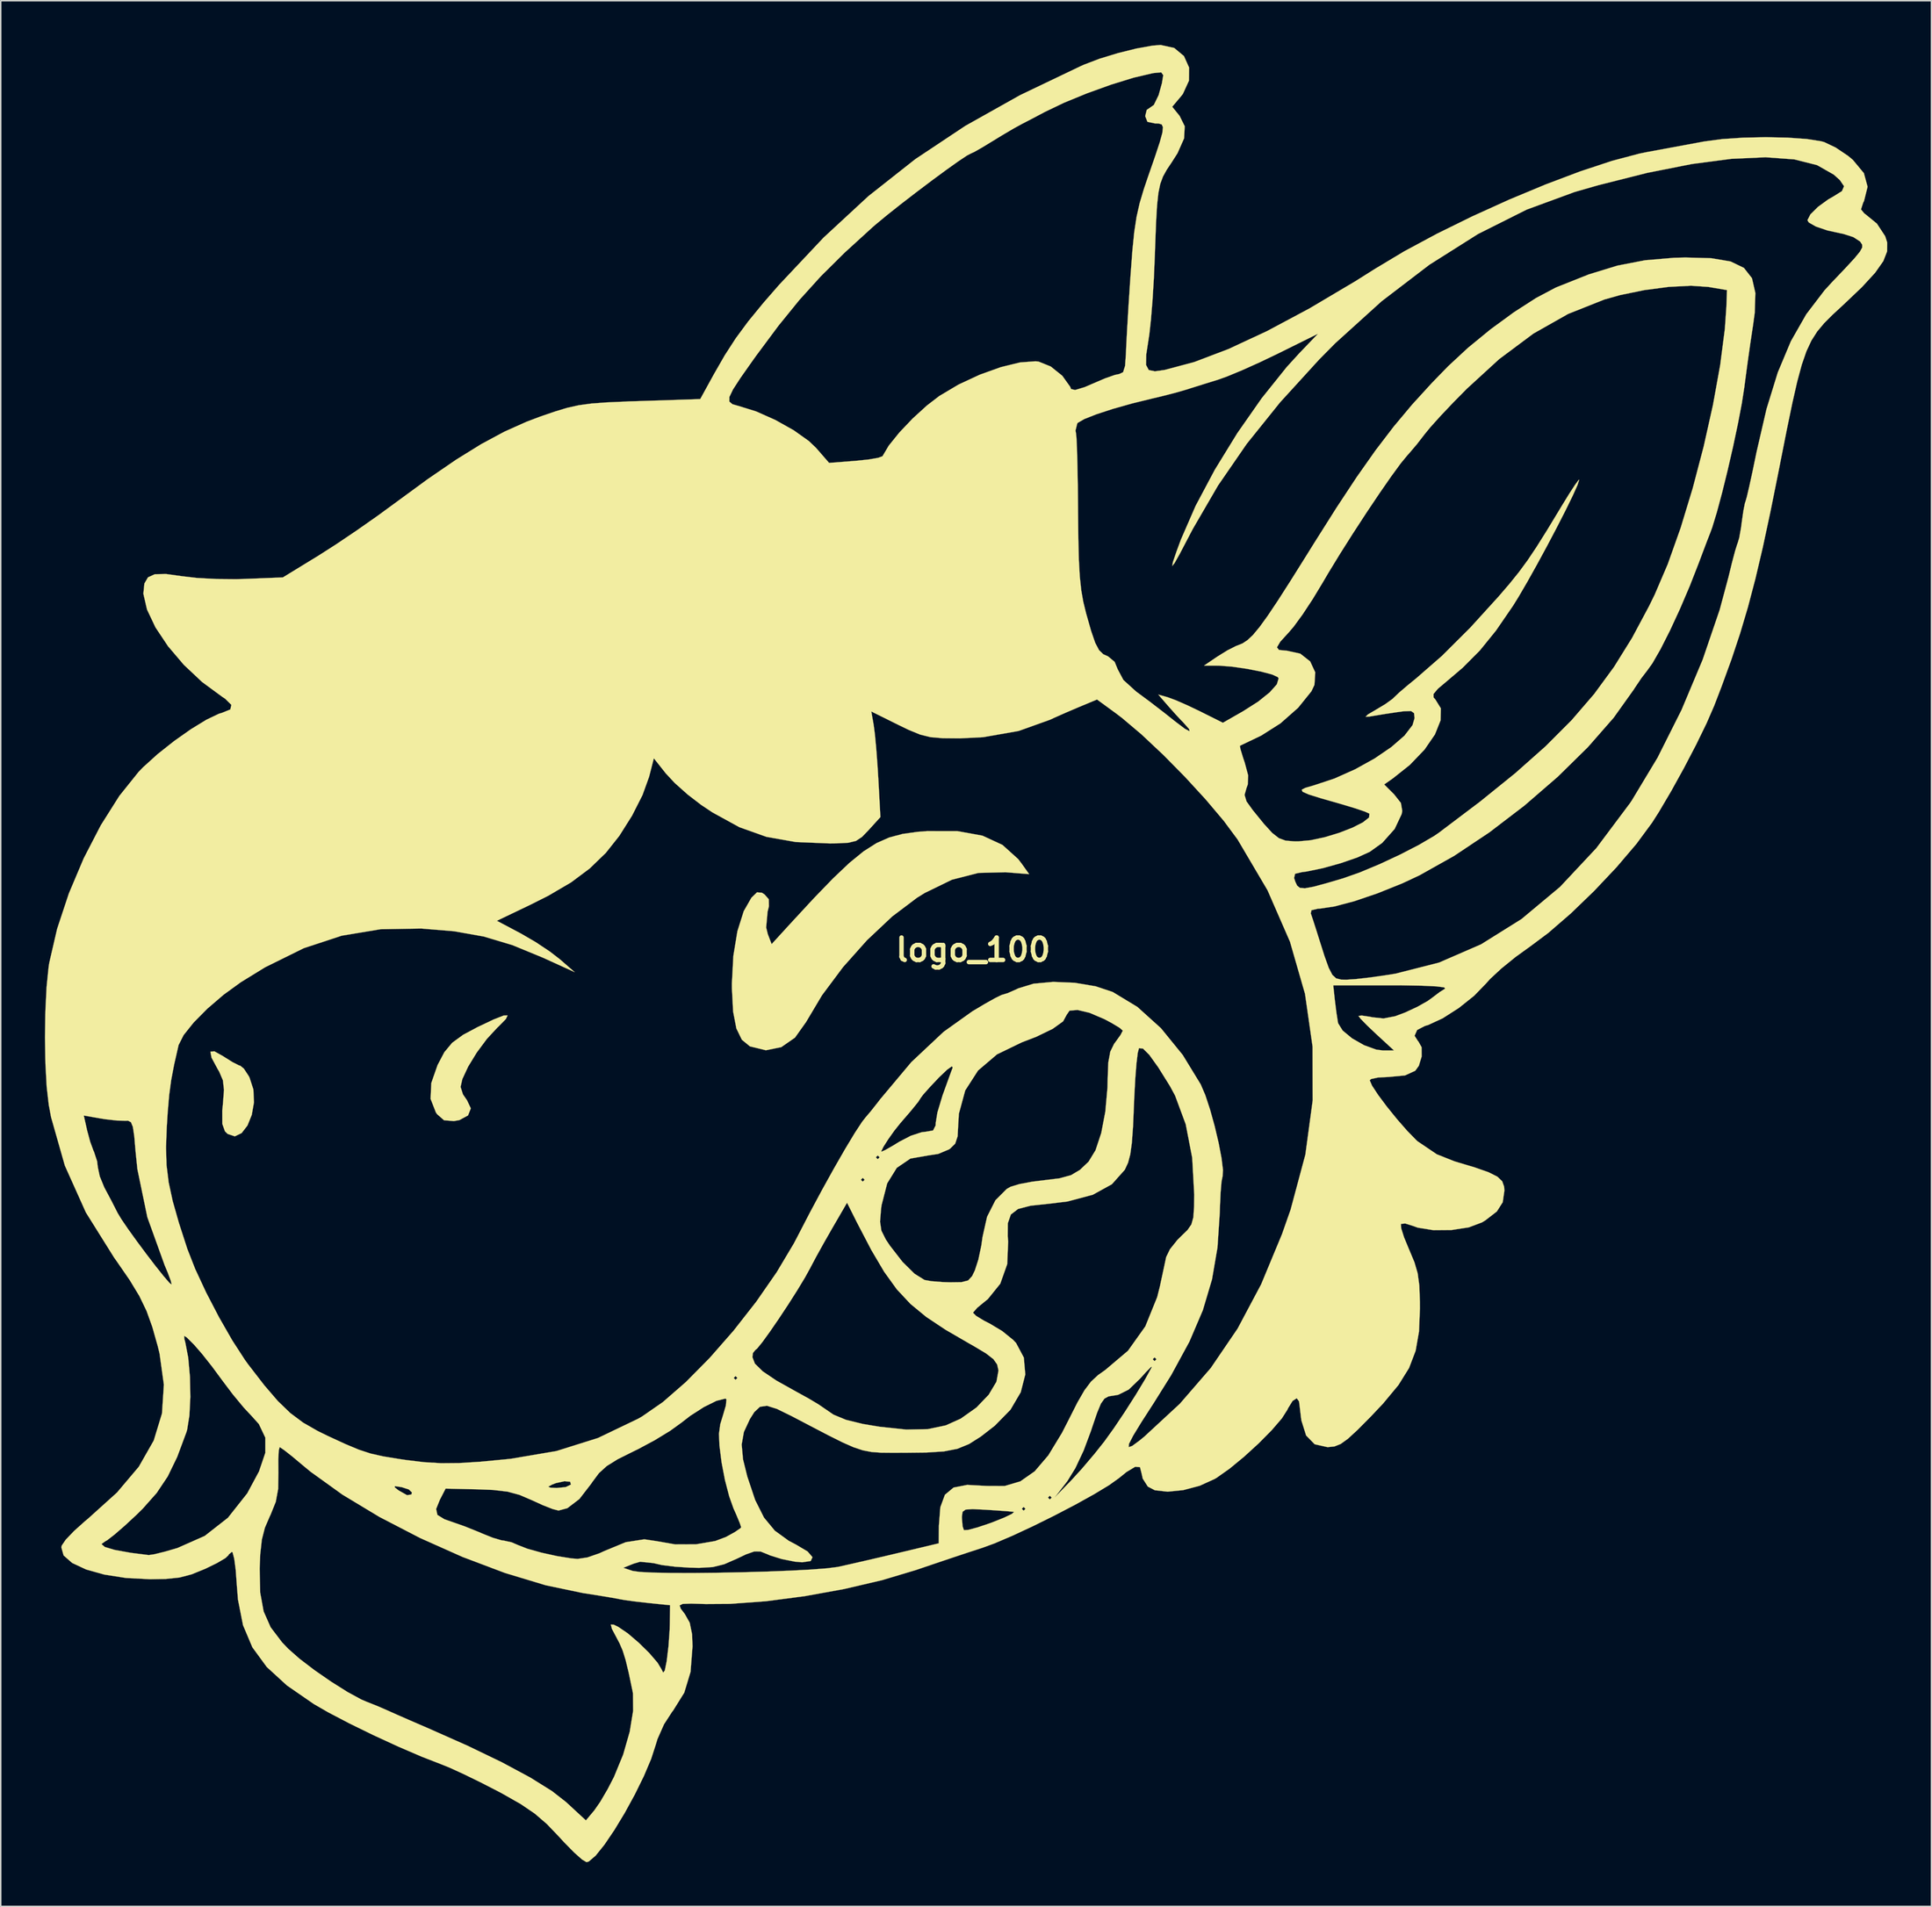
<source format=kicad_pcb>
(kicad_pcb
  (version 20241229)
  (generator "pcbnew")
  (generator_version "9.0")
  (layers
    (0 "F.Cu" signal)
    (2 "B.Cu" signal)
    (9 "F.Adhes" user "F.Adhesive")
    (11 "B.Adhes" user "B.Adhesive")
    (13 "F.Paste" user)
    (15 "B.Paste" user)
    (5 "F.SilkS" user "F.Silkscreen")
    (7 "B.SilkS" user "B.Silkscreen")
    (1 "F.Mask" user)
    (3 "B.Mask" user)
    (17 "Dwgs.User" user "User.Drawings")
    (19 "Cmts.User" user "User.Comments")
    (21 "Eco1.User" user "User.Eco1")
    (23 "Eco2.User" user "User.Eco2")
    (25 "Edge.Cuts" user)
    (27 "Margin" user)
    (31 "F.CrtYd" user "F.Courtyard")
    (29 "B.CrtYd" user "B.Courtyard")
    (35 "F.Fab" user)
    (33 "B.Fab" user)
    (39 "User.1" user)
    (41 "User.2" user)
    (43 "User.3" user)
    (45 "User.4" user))
  (footprint "logo_100"
    (layer "F.Cu")
    (at 63.017 61.469)
    (property "Reference" "logo_100" (at 0 0 0) (layer "F.SilkS") (effects (font (size 1.524 1.524) (thickness 0.3))))
    (attr through_hole)
    (fp_poly (pts (xy -50.905 7.237) (xy -50.892 7.247) (xy -50.282 7.63) (xy -49.843 7.852) (xy -49.755 7.874) (xy -49.509 8.077) (xy -49.181 8.577) (xy -49.127 8.679) (xy -48.863 9.493) (xy -48.825 10.367) (xy -48.973 11.209) (xy -49.266 11.934) (xy -49.664 12.45) (xy -50.126 12.671) (xy -50.612 12.507) (xy -50.795 12.326) (xy -50.975 11.823) (xy -50.978 10.926) (xy -50.932 10.46) (xy -50.86 9.522) (xy -50.933 8.867) (xy -51.182 8.282) (xy -51.287 8.104) (xy -51.705 7.327) (xy -51.781 6.924) (xy -51.515 6.895) (xy -50.905 7.237)) (stroke (width 0.01) (type solid)) (fill yes) (layer "F.SilkS"))
    (fp_poly (pts (xy -31.724 4.703) (xy -32.218 5.207) (xy -32.302 5.285) (xy -33.011 6.05) (xy -33.7 6.979) (xy -34.284 7.935) (xy -34.677 8.78) (xy -34.798 9.313) (xy -34.636 9.823) (xy -34.364 10.218) (xy -34.102 10.771) (xy -34.292 11.25) (xy -34.882 11.569) (xy -35.252 11.635) (xy -35.92 11.58) (xy -36.392 11.166) (xy -36.472 11.05) (xy -36.834 10.127) (xy -36.785 9.048) (xy -36.359 7.829) (xy -35.9 6.957) (xy -35.367 6.316) (xy -34.621 5.771) (xy -33.655 5.256) (xy -32.554 4.733) (xy -31.876 4.467) (xy -31.604 4.457) (xy -31.724 4.703)) (stroke (width 0.01) (type solid)) (fill yes) (layer "F.SilkS"))
    (fp_poly (pts (xy -1.062 -8.061) (xy 0.631 -7.754) (xy 1.99 -7.125) (xy 3.057 -6.163) (xy 3.288 -5.861) (xy 3.803 -5.139) (xy 2.2 -5.268) (xy 0.359 -5.222) (xy -1.438 -4.762) (xy -3.288 -3.86) (xy -3.816 -3.532) (xy -5.493 -2.266) (xy -7.207 -0.651) (xy -8.836 1.178) (xy -10.26 3.087) (xy -11.344 4.908) (xy -12.095 5.965) (xy -13.03 6.614) (xy -14.074 6.824) (xy -15.149 6.561) (xy -15.158 6.556) (xy -15.701 6.109) (xy -16.074 5.342) (xy -16.294 4.201) (xy -16.376 2.63) (xy -16.378 2.286) (xy -16.278 0.407) (xy -16.003 -1.263) (xy -15.573 -2.625) (xy -15.051 -3.537) (xy -14.674 -3.903) (xy -14.342 -3.878) (xy -14.159 -3.758) (xy -13.873 -3.432) (xy -13.863 -2.96) (xy -13.956 -2.586) (xy -14.052 -1.516) (xy -13.94 -1.064) (xy -13.681 -0.384) (xy -12.406 -1.779) (xy -10.827 -3.487) (xy -9.514 -4.846) (xy -8.405 -5.899) (xy -7.439 -6.687) (xy -6.555 -7.25) (xy -5.692 -7.631) (xy -4.79 -7.871) (xy -3.787 -8.011) (xy -3.129 -8.063) (xy -1.062 -8.061)) (stroke (width 0.01) (type solid)) (fill yes) (layer "F.SilkS"))
    (fp_poly (pts (xy 13.653 -61.26) (xy 14.312 -60.711) (xy 14.66 -59.932) (xy 14.651 -59.037) (xy 14.241 -58.14) (xy 14.124 -57.99) (xy 13.515 -57.267) (xy 14.018 -56.646) (xy 14.365 -55.943) (xy 14.322 -55.12) (xy 13.875 -54.112) (xy 13.481 -53.494) (xy 13.14 -52.983) (xy 12.886 -52.521) (xy 12.703 -52.023) (xy 12.575 -51.4) (xy 12.486 -50.565) (xy 12.42 -49.432) (xy 12.362 -47.914) (xy 12.337 -47.176) (xy 12.272 -45.644) (xy 12.18 -44.145) (xy 12.073 -42.82) (xy 11.962 -41.807) (xy 11.918 -41.522) (xy 11.75 -40.418) (xy 11.739 -39.73) (xy 11.923 -39.382) (xy 12.341 -39.296) (xy 12.998 -39.388) (xy 15.004 -39.923) (xy 17.333 -40.808) (xy 19.953 -42.028) (xy 22.833 -43.567) (xy 25.942 -45.411) (xy 27.305 -46.27) (xy 29.262 -47.444) (xy 31.492 -48.643) (xy 33.9 -49.828) (xy 36.389 -50.957) (xy 38.863 -51.988) (xy 41.228 -52.881) (xy 43.385 -53.594) (xy 45.24 -54.086) (xy 45.722 -54.184) (xy 47.013 -54.423) (xy 48.39 -54.678) (xy 49.573 -54.897) (xy 49.657 -54.912) (xy 50.855 -55.071) (xy 52.285 -55.167) (xy 53.809 -55.199) (xy 55.288 -55.169) (xy 56.584 -55.078) (xy 57.56 -54.926) (xy 57.789 -54.863) (xy 58.559 -54.495) (xy 59.4 -53.93) (xy 59.723 -53.661) (xy 60.474 -52.756) (xy 60.725 -51.833) (xy 60.483 -50.863) (xy 60.423 -50.746) (xy 60.277 -50.293) (xy 60.509 -50.012) (xy 60.554 -49.986) (xy 61.357 -49.329) (xy 61.919 -48.475) (xy 62.056 -48.049) (xy 62.053 -47.45) (xy 61.792 -46.781) (xy 61.234 -45.988) (xy 60.34 -45.015) (xy 59.07 -43.806) (xy 59.034 -43.773) (xy 58.341 -43.133) (xy 57.773 -42.563) (xy 57.304 -42.001) (xy 56.911 -41.385) (xy 56.57 -40.653) (xy 56.256 -39.743) (xy 55.946 -38.593) (xy 55.616 -37.142) (xy 55.24 -35.326) (xy 54.796 -33.085) (xy 54.709 -32.639) (xy 54.135 -29.787) (xy 53.611 -27.341) (xy 53.109 -25.207) (xy 52.605 -23.289) (xy 52.07 -21.49) (xy 51.48 -19.717) (xy 50.808 -17.873) (xy 50.306 -16.568) (xy 49.795 -15.393) (xy 49.087 -13.938) (xy 48.259 -12.351) (xy 47.39 -10.778) (xy 46.559 -9.368) (xy 46.093 -8.636) (xy 45.033 -7.198) (xy 43.683 -5.612) (xy 42.159 -3.997) (xy 40.577 -2.47) (xy 39.052 -1.15) (xy 37.865 -0.263) (xy 36.829 0.485) (xy 35.859 1.272) (xy 35.098 1.979) (xy 34.832 2.276) (xy 34.016 3.119) (xy 32.976 3.95) (xy 31.879 4.652) (xy 30.892 5.108) (xy 30.671 5.173) (xy 30.144 5.447) (xy 29.969 5.841) (xy 30.205 6.209) (xy 30.226 6.223) (xy 30.449 6.62) (xy 30.453 7.245) (xy 30.259 7.88) (xy 30.015 8.216) (xy 29.322 8.533) (xy 28.237 8.636) (xy 27.499 8.675) (xy 27.022 8.776) (xy 26.924 8.862) (xy 27.082 9.229) (xy 27.499 9.863) (xy 28.092 10.657) (xy 28.777 11.504) (xy 29.469 12.296) (xy 30.085 12.927) (xy 30.172 13.007) (xy 31.481 13.892) (xy 32.692 14.373) (xy 34.053 14.78) (xy 34.995 15.111) (xy 35.592 15.411) (xy 35.919 15.724) (xy 36.051 16.093) (xy 36.068 16.362) (xy 35.955 17.147) (xy 35.554 17.776) (xy 34.775 18.378) (xy 34.544 18.519) (xy 33.644 18.856) (xy 32.473 19.035) (xy 31.248 19.044) (xy 30.184 18.874) (xy 29.856 18.755) (xy 29.333 18.591) (xy 29.045 18.622) (xy 29.061 18.917) (xy 29.258 19.537) (xy 29.593 20.348) (xy 29.607 20.378) (xy 29.962 21.227) (xy 30.18 21.975) (xy 30.292 22.805) (xy 30.331 23.897) (xy 30.333 24.384) (xy 30.27 25.936) (xy 30.042 27.238) (xy 29.595 28.408) (xy 28.875 29.565) (xy 27.828 30.826) (xy 27.003 31.7) (xy 26.097 32.614) (xy 25.443 33.216) (xy 24.952 33.569) (xy 24.534 33.736) (xy 24.099 33.782) (xy 24.051 33.782) (xy 23.189 33.588) (xy 22.607 32.992) (xy 22.287 31.973) (xy 22.254 31.732) (xy 22.179 31.09) (xy 22.129 30.689) (xy 22.126 30.671) (xy 21.969 30.463) (xy 21.688 30.644) (xy 21.38 31.142) (xy 21.337 31.239) (xy 20.959 31.832) (xy 20.275 32.627) (xy 19.387 33.526) (xy 18.399 34.43) (xy 17.413 35.243) (xy 16.532 35.865) (xy 16.4 35.944) (xy 15.378 36.409) (xy 14.267 36.703) (xy 13.206 36.81) (xy 12.339 36.713) (xy 11.86 36.462) (xy 11.516 35.922) (xy 11.43 35.542) (xy 11.329 35.144) (xy 11.001 35.118) (xy 10.41 35.474) (xy 9.898 35.889) (xy 9.231 36.366) (xy 8.203 36.987) (xy 6.924 37.697) (xy 5.499 38.441) (xy 4.038 39.164) (xy 2.647 39.811) (xy 1.434 40.328) (xy 0.635 40.62) (xy -0.228 40.901) (xy -1.407 41.293) (xy -2.737 41.741) (xy -3.886 42.132) (xy -6.193 42.823) (xy -8.761 43.423) (xy -11.437 43.908) (xy -14.069 44.252) (xy -16.507 44.431) (xy -18.149 44.441) (xy -19.15 44.413) (xy -19.718 44.433) (xy -19.927 44.535) (xy -19.852 44.756) (xy -19.576 45.119) (xy -19.242 45.71) (xy -19.081 46.492) (xy -19.05 47.312) (xy -19.184 49.047) (xy -19.612 50.463) (xy -20.37 51.679) (xy -20.432 51.754) (xy -20.985 52.607) (xy -21.433 53.618) (xy -21.54 53.975) (xy -21.861 54.965) (xy -22.354 56.127) (xy -22.968 57.376) (xy -23.652 58.627) (xy -24.358 59.793) (xy -25.033 60.79) (xy -25.628 61.531) (xy -26.093 61.93) (xy -26.245 61.976) (xy -26.548 61.797) (xy -27.086 61.319) (xy -27.766 60.628) (xy -28.102 60.26) (xy -28.938 59.385) (xy -29.759 58.678) (xy -30.716 58.027) (xy -31.96 57.32) (xy -32.281 57.149) (xy -33.455 56.546) (xy -34.589 55.993) (xy -35.537 55.559) (xy -36.067 55.344) (xy -37.43 54.814) (xy -39.027 54.126) (xy -40.714 53.349) (xy -42.346 52.551) (xy -43.776 51.802) (xy -44.763 51.232) (xy -46.584 49.974) (xy -47.956 48.717) (xy -48.933 47.38) (xy -49.567 45.881) (xy -49.911 44.137) (xy -49.992 43.117) (xy -50.064 42.125) (xy -50.075 42.037) (xy -48.438 42.037) (xy -48.402 43.661) (xy -48.17 44.942) (xy -47.692 46.022) (xy -46.916 47.044) (xy -46.5 47.48) (xy -45.73 48.159) (xy -44.708 48.939) (xy -43.576 49.722) (xy -42.475 50.415) (xy -41.545 50.922) (xy -41.181 51.079) (xy -40.446 51.37) (xy -39.751 51.673) (xy -39.15 51.942) (xy -38.257 52.333) (xy -37.25 52.769) (xy -37.084 52.84) (xy -34.339 54.059) (xy -31.994 55.191) (xy -30.072 56.224) (xy -28.595 57.145) (xy -27.641 57.89) (xy -26.289 59.14) (xy -25.721 58.462) (xy -25.315 57.878) (xy -24.816 57.025) (xy -24.38 56.181) (xy -23.758 54.665) (xy -23.315 53.121) (xy -23.083 51.695) (xy -23.093 50.526) (xy -23.121 50.363) (xy -23.383 49.111) (xy -23.595 48.233) (xy -23.791 47.605) (xy -24.009 47.099) (xy -24.172 46.792) (xy -24.522 46.13) (xy -24.598 45.835) (xy -24.394 45.846) (xy -24.093 45.994) (xy -23.453 46.428) (xy -22.707 47.065) (xy -21.987 47.773) (xy -21.427 48.425) (xy -21.167 48.855) (xy -21.041 49.104) (xy -20.933 48.958) (xy -20.813 48.365) (xy -20.796 48.26) (xy -20.678 47.271) (xy -20.603 46.166) (xy -20.593 45.819) (xy -20.574 44.521) (xy -22.035 44.372) (xy -22.932 44.271) (xy -23.684 44.167) (xy -24.003 44.11) (xy -24.492 44.018) (xy -25.318 43.88) (xy -26.318 43.722) (xy -26.486 43.697) (xy -29.02 43.166) (xy -31.786 42.33) (xy -32.709 41.981) (xy -23.749 41.981) (xy -23.114 42.192) (xy -22.627 42.261) (xy -21.721 42.307) (xy -20.484 42.33) (xy -19.003 42.333) (xy -17.367 42.317) (xy -15.662 42.283) (xy -13.979 42.235) (xy -12.404 42.173) (xy -11.025 42.1) (xy -9.93 42.016) (xy -9.207 41.924) (xy -9.144 41.912) (xy -8.291 41.721) (xy -7.125 41.454) (xy -5.829 41.151) (xy -5.041 40.964) (xy -2.334 40.318) (xy -2.325 39.138) (xy -2.285 38.613) (xy -0.762 38.613) (xy -0.715 39.164) (xy -0.625 39.423) (xy -0.338 39.406) (xy 0.293 39.237) (xy 1.143 38.951) (xy 1.299 38.894) (xy 2.1 38.574) (xy 2.623 38.324) (xy 2.777 38.189) (xy 2.75 38.178) (xy 2.33 38.138) (xy 1.579 38.083) (xy 0.826 38.035) (xy -0.039 37.993) (xy -0.514 38.026) (xy -0.716 38.176) (xy -0.761 38.487) (xy -0.762 38.613) (xy -2.285 38.613) (xy -2.235 37.973) (xy 3.302 37.973) (xy 3.429 38.1) (xy 3.556 37.973) (xy 3.429 37.846) (xy 3.302 37.973) (xy -2.235 37.973) (xy -2.228 37.872) (xy -1.986 37.211) (xy 5.08 37.211) (xy 5.207 37.338) (xy 5.334 37.211) (xy 5.528 37.211) (xy 6.638 36.068) (xy 7.388 35.247) (xy 8.236 34.247) (xy 8.908 33.401) (xy 9.557 32.498) (xy 10.301 31.389) (xy 11.042 30.227) (xy 11.683 29.164) (xy 12.128 28.352) (xy 12.143 28.321) (xy 12.063 28.351) (xy 11.73 28.69) (xy 11.333 29.131) (xy 10.561 29.874) (xy 9.855 30.226) (xy 9.582 30.274) (xy 9.196 30.334) (xy 8.914 30.488) (xy 8.674 30.829) (xy 8.416 31.45) (xy 8.077 32.445) (xy 8.001 32.678) (xy 7.5 34.018) (xy 6.939 35.211) (xy 6.399 36.087) (xy 6.384 36.107) (xy 5.528 37.211) (xy 5.334 37.211) (xy 5.207 37.084) (xy 5.08 37.211) (xy -1.986 37.211) (xy -1.916 37.02) (xy -1.328 36.53) (xy -0.4 36.348) (xy 0.919 36.42) (xy 2.136 36.425) (xy 3.206 36.108) (xy 4.179 35.427) (xy 5.105 34.342) (xy 6.033 32.815) (xy 6.481 31.939) (xy 7.081 30.751) (xy 7.561 29.92) (xy 8.001 29.336) (xy 8.481 28.89) (xy 8.971 28.543) (xy 9.833 27.813) (xy 12.192 27.813) (xy 12.319 27.94) (xy 12.446 27.813) (xy 12.319 27.686) (xy 12.192 27.813) (xy 9.833 27.813) (xy 10.512 27.238) (xy 11.69 25.583) (xy 12.497 23.591) (xy 12.68 22.86) (xy 12.873 21.964) (xy 13.039 21.189) (xy 13.106 20.869) (xy 13.364 20.34) (xy 13.87 19.706) (xy 14.113 19.465) (xy 14.554 19.037) (xy 14.818 18.656) (xy 14.952 18.173) (xy 15.001 17.442) (xy 15.012 16.63) (xy 14.873 14.124) (xy 14.434 11.853) (xy 13.712 9.904) (xy 13.364 9.259) (xy 12.563 7.975) (xy 11.958 7.132) (xy 11.531 6.708) (xy 11.265 6.684) (xy 11.257 6.692) (xy 11.174 7.008) (xy 11.087 7.735) (xy 11.006 8.775) (xy 10.939 10.03) (xy 10.92 10.498) (xy 10.856 12.006) (xy 10.777 13.104) (xy 10.67 13.888) (xy 10.521 14.454) (xy 10.317 14.9) (xy 10.285 14.955) (xy 9.419 15.925) (xy 8.121 16.641) (xy 6.4 17.099) (xy 5.175 17.247) (xy 3.897 17.384) (xy 3.051 17.605) (xy 2.562 17.981) (xy 2.353 18.579) (xy 2.349 19.471) (xy 2.378 19.818) (xy 2.314 21.35) (xy 1.843 22.681) (xy 0.996 23.731) (xy 0.786 23.899) (xy 0.28 24.316) (xy 0.013 24.621) (xy 0 24.663) (xy 0.208 24.87) (xy 0.74 25.193) (xy 1.137 25.397) (xy 1.972 25.897) (xy 2.715 26.498) (xy 2.915 26.709) (xy 3.443 27.703) (xy 3.541 28.846) (xy 3.232 30.053) (xy 2.535 31.241) (xy 1.474 32.325) (xy 1.467 32.331) (xy 0.519 33.067) (xy -0.283 33.575) (xy -1.072 33.897) (xy -1.984 34.075) (xy -3.154 34.149) (xy -4.46 34.163) (xy -5.469 34.167) (xy -6.25 34.16) (xy -6.891 34.114) (xy -7.48 34.002) (xy -8.104 33.796) (xy -8.85 33.468) (xy -9.807 32.991) (xy -11.062 32.336) (xy -12.319 31.677) (xy -13.318 31.187) (xy -14 30.973) (xy -14.475 31.043) (xy -14.859 31.405) (xy -15.157 31.877) (xy -15.562 32.748) (xy -15.715 33.607) (xy -15.622 34.613) (xy -15.335 35.775) (xy -14.799 37.376) (xy -14.199 38.571) (xy -13.463 39.46) (xy -12.519 40.145) (xy -12.023 40.406) (xy -11.236 40.873) (xy -10.906 41.26) (xy -11.029 41.519) (xy -11.602 41.606) (xy -12.103 41.563) (xy -12.995 41.385) (xy -13.795 41.135) (xy -13.99 41.049) (xy -14.435 40.872) (xy -14.855 40.869) (xy -15.422 41.068) (xy -16.047 41.365) (xy -16.902 41.739) (xy -17.678 41.931) (xy -18.607 41.984) (xy -19.226 41.971) (xy -20.238 41.906) (xy -21.129 41.794) (xy -21.702 41.662) (xy -22.606 41.569) (xy -23.05 41.698) (xy -23.749 41.981) (xy -32.709 41.981) (xy -34.666 41.242) (xy -37.544 39.957) (xy -40.301 38.528) (xy -41.207 37.982) (xy -36.457 37.982) (xy -36.373 38.386) (xy -35.89 38.684) (xy -35.366 38.866) (xy -34.506 39.168) (xy -33.558 39.55) (xy -33.34 39.646) (xy -32.605 39.941) (xy -32.015 40.113) (xy -31.863 40.132) (xy -31.331 40.249) (xy -30.908 40.432) (xy -30.26 40.685) (xy -29.306 40.952) (xy -28.244 41.186) (xy -27.273 41.341) (xy -26.85 41.376) (xy -26.188 41.276) (xy -25.368 40.993) (xy -25.072 40.855) (xy -23.584 40.24) (xy -22.321 40.045) (xy -21.509 40.166) (xy -20.225 40.39) (xy -18.819 40.385) (xy -17.511 40.161) (xy -16.78 39.886) (xy -16.165 39.545) (xy -15.795 39.289) (xy -15.748 39.224) (xy -15.845 38.933) (xy -16.091 38.343) (xy -16.267 37.949) (xy -16.56 37.125) (xy -16.847 36.023) (xy -17.069 34.868) (xy -17.084 34.768) (xy -17.224 33.659) (xy -17.255 32.872) (xy -17.169 32.231) (xy -16.977 31.604) (xy -16.785 30.95) (xy -16.75 30.545) (xy -16.804 30.48) (xy -17.424 30.637) (xy -18.274 31.057) (xy -19.207 31.657) (xy -19.797 32.115) (xy -20.565 32.67) (xy -21.609 33.308) (xy -22.736 33.913) (xy -23.046 34.064) (xy -24.131 34.605) (xy -24.873 35.067) (xy -25.404 35.549) (xy -25.854 36.153) (xy -25.923 36.259) (xy -26.733 37.308) (xy -27.548 37.93) (xy -28.146 38.091) (xy -28.538 37.991) (xy -29.223 37.722) (xy -29.924 37.401) (xy -30.788 37.03) (xy -31.611 36.807) (xy -32.591 36.692) (xy -33.591 36.652) (xy -35.814 36.601) (xy -36.205 37.358) (xy -36.457 37.982) (xy -41.207 37.982) (xy -42.82 37.009) (xy -43.501 36.518) (xy -39.268 36.518) (xy -38.999 36.727) (xy -38.432 37.047) (xy -38.134 37.001) (xy -38.1 36.86) (xy -38.318 36.655) (xy -38.794 36.503) (xy -38.999 36.471) (xy -28.846 36.471) (xy -28.69 36.539) (xy -28.272 36.558) (xy -27.663 36.498) (xy -27.31 36.329) (xy -27.305 36.322) (xy -27.356 36.133) (xy -27.743 36.1) (xy -28.318 36.225) (xy -28.575 36.322) (xy -28.846 36.471) (xy -38.999 36.471) (xy -39.256 36.431) (xy -39.268 36.518) (xy -43.501 36.518) (xy -44.982 35.453) (xy -45.509 35.017) (xy -46.219 34.422) (xy -46.774 33.985) (xy -47.067 33.786) (xy -47.082 33.782) (xy -47.142 34.014) (xy -47.172 34.623) (xy -47.167 35.478) (xy -47.166 35.496) (xy -47.183 36.622) (xy -47.344 37.498) (xy -47.697 38.373) (xy -47.75 38.481) (xy -48.085 39.26) (xy -48.29 40.062) (xy -48.399 41.065) (xy -48.438 42.037) (xy -50.075 42.037) (xy -50.164 41.362) (xy -50.275 40.941) (xy -50.323 40.894) (xy -50.544 41.081) (xy -50.546 41.113) (xy -50.76 41.319) (xy -51.322 41.651) (xy -52.112 42.038) (xy -52.133 42.048) (xy -53.058 42.425) (xy -53.882 42.641) (xy -54.818 42.738) (xy -55.88 42.756) (xy -57.513 42.671) (xy -58.983 42.441) (xy -60.223 42.093) (xy -61.167 41.651) (xy -61.749 41.14) (xy -61.903 40.586) (xy -61.877 40.475) (xy -61.805 40.367) (xy -59.178 40.367) (xy -58.951 40.565) (xy -58.276 40.767) (xy -57.183 40.963) (xy -55.97 41.116) (xy -55.594 41.061) (xy -54.888 40.887) (xy -54.021 40.636) (xy -52.169 39.816) (xy -50.593 38.583) (xy -49.281 36.922) (xy -48.481 35.433) (xy -48.056 34.177) (xy -48.056 33.132) (xy -48.49 32.217) (xy -48.92 31.736) (xy -49.529 31.082) (xy -50.265 30.192) (xy -50.973 29.253) (xy -51.004 29.21) (xy -51.676 28.3) (xy -52.348 27.45) (xy -52.885 26.833) (xy -52.919 26.797) (xy -53.383 26.335) (xy -53.568 26.221) (xy -53.55 26.437) (xy -53.487 26.67) (xy -53.287 27.718) (xy -53.172 29.01) (xy -53.145 30.371) (xy -53.207 31.625) (xy -53.361 32.596) (xy -53.412 32.769) (xy -54.037 34.448) (xy -54.681 35.775) (xy -55.433 36.899) (xy -56.384 37.97) (xy -56.798 38.377) (xy -57.598 39.12) (xy -58.295 39.724) (xy -58.786 40.104) (xy -58.928 40.184) (xy -59.178 40.367) (xy -61.805 40.367) (xy -61.61 40.079) (xy -61.047 39.488) (xy -60.297 38.814) (xy -60.092 38.645) (xy -58.124 36.869) (xy -56.642 35.114) (xy -55.629 33.336) (xy -55.068 31.493) (xy -54.942 29.54) (xy -55.232 27.436) (xy -55.349 26.953) (xy -55.721 25.63) (xy -56.115 24.536) (xy -56.603 23.522) (xy -57.26 22.437) (xy -58.158 21.134) (xy -58.311 20.92) (xy -60.235 17.843) (xy -61.664 14.659) (xy -62.601 11.362) (xy -62.62 11.259) (xy -60.379 11.259) (xy -60.153 12.266) (xy -59.946 13.035) (xy -59.722 13.648) (xy -59.681 13.732) (xy -59.474 14.367) (xy -59.424 14.779) (xy -59.295 15.388) (xy -58.993 16.128) (xy -58.926 16.256) (xy -58.502 17.052) (xy -58.118 17.805) (xy -58.088 17.867) (xy -57.823 18.307) (xy -57.361 18.984) (xy -56.772 19.803) (xy -56.128 20.67) (xy -55.498 21.492) (xy -54.955 22.173) (xy -54.569 22.62) (xy -54.413 22.744) (xy -54.466 22.496) (xy -54.678 21.928) (xy -54.885 21.435) (xy -56.063 18.164) (xy -56.739 14.901) (xy -56.861 13.716) (xy -56.886 13.427) (xy -54.796 13.427) (xy -54.76 14.629) (xy -54.616 15.8) (xy -54.344 17.064) (xy -53.922 18.549) (xy -53.349 20.32) (xy -52.816 21.681) (xy -52.07 23.283) (xy -51.198 24.96) (xy -50.29 26.545) (xy -49.431 27.87) (xy -49.218 28.164) (xy -48.124 29.581) (xy -47.202 30.654) (xy -46.354 31.472) (xy -45.485 32.121) (xy -44.496 32.688) (xy -43.815 33.022) (xy -42.615 33.575) (xy -41.703 33.957) (xy -40.911 34.217) (xy -40.07 34.408) (xy -39.013 34.582) (xy -38.481 34.66) (xy -37.276 34.806) (xy -36.126 34.875) (xy -34.897 34.865) (xy -33.453 34.775) (xy -31.663 34.603) (xy -31.369 34.572) (xy -28.293 34.05) (xy -25.468 33.162) (xy -22.753 31.859) (xy -22.479 31.703) (xy -21.065 30.723) (xy -19.51 29.368) (xy -19.228 29.083) (xy -16.256 29.083) (xy -16.129 29.21) (xy -16.002 29.083) (xy -16.129 28.956) (xy -16.256 29.083) (xy -19.228 29.083) (xy -17.885 27.724) (xy -17.837 27.669) (xy -14.986 27.669) (xy -14.817 28.112) (xy -14.285 28.634) (xy -13.352 29.264) (xy -11.992 30.025) (xy -11.171 30.477) (xy -10.496 30.88) (xy -10.16 31.111) (xy -9.477 31.578) (xy -8.629 31.929) (xy -7.491 32.208) (xy -6.36 32.397) (xy -4.541 32.59) (xy -3.076 32.562) (xy -1.856 32.305) (xy -0.844 31.85) (xy 0.22 31.097) (xy 1.056 30.226) (xy 1.584 29.341) (xy 1.723 28.575) (xy 1.63 28.165) (xy 1.378 27.807) (xy 0.876 27.417) (xy 0.032 26.911) (xy -0.254 26.75) (xy -1.875 25.808) (xy -3.182 24.939) (xy -4.257 24.053) (xy -5.182 23.062) (xy -6.037 21.875) (xy -6.905 20.405) (xy -7.867 18.562) (xy -7.916 18.466) (xy -6.318 18.466) (xy -6.23 19.076) (xy -5.928 19.68) (xy -5.647 20.101) (xy -4.796 21.197) (xy -3.98 22.004) (xy -3.302 22.427) (xy -2.839 22.51) (xy -2.079 22.57) (xy -1.583 22.586) (xy -0.792 22.576) (xy -0.342 22.463) (xy -0.07 22.168) (xy 0.118 21.78) (xy 0.355 21.048) (xy 0.559 20.081) (xy 0.639 19.507) (xy 0.947 18.135) (xy 1.515 17.012) (xy 2.284 16.242) (xy 2.549 16.094) (xy 3.139 15.915) (xy 4.018 15.75) (xy 4.761 15.659) (xy 5.875 15.521) (xy 6.65 15.307) (xy 7.254 14.948) (xy 7.838 14.392) (xy 8.31 13.617) (xy 8.698 12.447) (xy 8.976 10.991) (xy 9.121 9.359) (xy 9.135 8.734) (xy 9.177 7.649) (xy 9.312 6.919) (xy 9.57 6.391) (xy 9.652 6.281) (xy 10.003 5.794) (xy 10.159 5.496) (xy 10.16 5.489) (xy 9.953 5.304) (xy 9.418 4.98) (xy 8.898 4.703) (xy 7.905 4.28) (xy 7.092 4.087) (xy 6.544 4.132) (xy 6.35 4.416) (xy 6.107 4.861) (xy 5.404 5.367) (xy 4.284 5.91) (xy 3.31 6.284) (xy 1.623 7.101) (xy 0.333 8.2) (xy -0.538 9.554) (xy -0.967 11.134) (xy -1.01 11.845) (xy -1.054 12.671) (xy -1.218 13.167) (xy -1.567 13.509) (xy -1.642 13.56) (xy -2.372 13.866) (xy -3.052 13.97) (xy -4.256 14.18) (xy -5.183 14.811) (xy -5.836 15.867) (xy -6.217 17.351) (xy -6.25 17.603) (xy -6.318 18.466) (xy -7.916 18.466) (xy -7.996 18.305) (xy -8.56 17.18) (xy -9.581 18.94) (xy -10.137 19.914) (xy -10.651 20.842) (xy -11.02 21.537) (xy -11.046 21.59) (xy -11.413 22.256) (xy -11.935 23.12) (xy -12.55 24.088) (xy -13.195 25.063) (xy -13.805 25.952) (xy -14.318 26.66) (xy -14.669 27.091) (xy -14.781 27.178) (xy -14.95 27.39) (xy -14.986 27.669) (xy -17.837 27.669) (xy -16.266 25.875) (xy -14.725 23.906) (xy -13.336 21.903) (xy -12.172 19.95) (xy -11.9 19.431) (xy -11.092 17.87) (xy -10.257 16.312) (xy -9.874 15.621) (xy -7.62 15.621) (xy -7.493 15.748) (xy -7.366 15.621) (xy -7.493 15.494) (xy -7.62 15.621) (xy -9.874 15.621) (xy -9.439 14.837) (xy -9.014 14.097) (xy -6.604 14.097) (xy -6.477 14.224) (xy -6.35 14.097) (xy -6.477 13.97) (xy -6.604 14.097) (xy -9.014 14.097) (xy -8.777 13.684) (xy -6.238 13.684) (xy -6.226 13.716) (xy -5.948 13.592) (xy -5.394 13.274) (xy -5.013 13.039) (xy -4.233 12.634) (xy -3.496 12.392) (xy -3.24 12.361) (xy -2.722 12.275) (xy -2.547 11.933) (xy -2.54 11.762) (xy -2.424 11.048) (xy -2.076 9.89) (xy -1.498 8.293) (xy -1.386 8.001) (xy -1.441 7.911) (xy -1.77 8.146) (xy -2.304 8.655) (xy -2.373 8.726) (xy -2.969 9.361) (xy -3.394 9.839) (xy -3.556 10.058) (xy -3.556 10.058) (xy -3.726 10.326) (xy -4.222 10.938) (xy -4.953 11.788) (xy -5.356 12.293) (xy -5.766 12.871) (xy -6.091 13.381) (xy -6.238 13.684) (xy -8.777 13.684) (xy -8.683 13.521) (xy -8.035 12.445) (xy -7.538 11.687) (xy -7.299 11.381) (xy -6.953 10.974) (xy -6.471 10.364) (xy -6.315 10.16) (xy -4.194 7.629) (xy -2.004 5.572) (xy -0.054 4.18) (xy 0.81 3.665) (xy 1.511 3.273) (xy 1.937 3.065) (xy 2.002 3.048) (xy 2.346 2.943) (xy 2.932 2.685) (xy 3.07 2.618) (xy 4.105 2.302) (xy 5.437 2.179) (xy 6.899 2.24) (xy 8.319 2.479) (xy 9.482 2.869) (xy 11.148 3.878) (xy 12.752 5.327) (xy 14.23 7.145) (xy 15.451 9.144) (xy 15.763 9.873) (xy 16.088 10.86) (xy 16.399 11.984) (xy 16.668 13.124) (xy 16.865 14.158) (xy 16.963 14.964) (xy 16.933 15.422) (xy 16.921 15.445) (xy 16.86 15.774) (xy 16.802 16.482) (xy 16.757 17.442) (xy 16.744 17.883) (xy 16.589 20.222) (xy 16.218 22.387) (xy 15.595 24.483) (xy 14.683 26.617) (xy 13.446 28.891) (xy 12.272 30.77) (xy 11.427 32.081) (xy 10.865 33.002) (xy 10.579 33.561) (xy 10.559 33.786) (xy 10.799 33.703) (xy 11.291 33.341) (xy 11.625 33.067) (xy 14.035 30.836) (xy 16.131 28.414) (xy 17.956 25.732) (xy 19.555 22.722) (xy 20.97 19.316) (xy 21.554 17.653) (xy 22.556 13.914) (xy 23.054 10.224) (xy 23.046 6.583) (xy 22.532 2.992) (xy 22.365 2.413) (xy 24.449 2.413) (xy 24.559 3.429) (xy 24.659 4.234) (xy 24.763 4.905) (xy 24.779 4.99) (xy 25.088 5.487) (xy 25.728 6.016) (xy 26.539 6.479) (xy 27.361 6.778) (xy 27.813 6.838) (xy 28.575 6.838) (xy 27.369 5.727) (xy 26.749 5.139) (xy 26.314 4.693) (xy 26.162 4.494) (xy 26.38 4.465) (xy 26.922 4.545) (xy 27.103 4.584) (xy 27.861 4.664) (xy 28.652 4.513) (xy 29.325 4.261) (xy 30.155 3.875) (xy 30.856 3.48) (xy 31.115 3.295) (xy 31.678 2.869) (xy 32.049 2.638) (xy 31.981 2.552) (xy 31.442 2.484) (xy 30.468 2.438) (xy 29.096 2.415) (xy 28.462 2.413) (xy 24.449 2.413) (xy 22.365 2.413) (xy 21.512 -0.551) (xy 19.987 -4.046) (xy 17.956 -7.492) (xy 17.956 -7.493) (xy 17.023 -8.752) (xy 15.796 -10.207) (xy 14.383 -11.747) (xy 12.892 -13.259) (xy 12.257 -13.855) (xy 18.109 -13.855) (xy 18.152 -13.621) (xy 18.322 -13.061) (xy 18.443 -12.701) (xy 18.671 -11.847) (xy 18.647 -11.233) (xy 18.554 -10.974) (xy 18.428 -10.522) (xy 18.559 -10.081) (xy 18.982 -9.49) (xy 19.748 -8.548) (xy 20.307 -7.936) (xy 20.76 -7.582) (xy 21.211 -7.417) (xy 21.763 -7.369) (xy 22.077 -7.366) (xy 22.924 -7.444) (xy 23.89 -7.653) (xy 24.87 -7.952) (xy 25.764 -8.301) (xy 26.469 -8.66) (xy 26.883 -8.99) (xy 26.903 -9.25) (xy 26.902 -9.25) (xy 26.603 -9.386) (xy 25.944 -9.61) (xy 25.056 -9.879) (xy 24.871 -9.932) (xy 23.607 -10.294) (xy 22.789 -10.55) (xy 22.37 -10.733) (xy 22.306 -10.873) (xy 22.554 -11.002) (xy 23.067 -11.152) (xy 23.114 -11.164) (xy 24.533 -11.635) (xy 25.94 -12.264) (xy 27.256 -12.995) (xy 28.397 -13.774) (xy 29.283 -14.546) (xy 29.831 -15.259) (xy 29.972 -15.738) (xy 29.934 -16.078) (xy 29.731 -16.219) (xy 29.235 -16.203) (xy 28.765 -16.14) (xy 27.893 -16.008) (xy 27.131 -15.882) (xy 26.924 -15.845) (xy 26.646 -15.83) (xy 26.794 -15.983) (xy 27.305 -16.283) (xy 27.98 -16.687) (xy 28.473 -17.043) (xy 28.575 -17.142) (xy 28.9 -17.453) (xy 29.488 -17.956) (xy 30.077 -18.437) (xy 31.826 -19.963) (xy 33.758 -21.89) (xy 35.674 -23.998) (xy 36.424 -24.872) (xy 37.054 -25.655) (xy 37.638 -26.449) (xy 38.249 -27.362) (xy 38.961 -28.496) (xy 39.845 -29.957) (xy 39.93 -30.099) (xy 40.454 -30.953) (xy 40.865 -31.586) (xy 41.107 -31.913) (xy 41.148 -31.93) (xy 41.03 -31.566) (xy 40.707 -30.847) (xy 40.225 -29.861) (xy 39.629 -28.694) (xy 38.966 -27.435) (xy 38.28 -26.17) (xy 37.618 -24.986) (xy 37.026 -23.971) (xy 36.652 -23.368) (xy 35.5 -21.689) (xy 34.403 -20.335) (xy 33.231 -19.157) (xy 32.203 -18.282) (xy 31.55 -17.73) (xy 31.255 -17.377) (xy 31.261 -17.136) (xy 31.377 -17.011) (xy 31.754 -16.401) (xy 31.735 -15.586) (xy 31.353 -14.63) (xy 30.645 -13.599) (xy 29.644 -12.557) (xy 28.495 -11.644) (xy 27.907 -11.232) (xy 28.583 -10.556) (xy 29.042 -9.974) (xy 29.133 -9.433) (xy 29.092 -9.216) (xy 28.617 -8.209) (xy 27.773 -7.262) (xy 26.924 -6.654) (xy 26.087 -6.274) (xy 24.954 -5.883) (xy 23.734 -5.543) (xy 22.633 -5.316) (xy 22.32 -5.275) (xy 21.856 -5.165) (xy 21.791 -4.877) (xy 21.87 -4.629) (xy 21.997 -4.357) (xy 22.188 -4.205) (xy 22.53 -4.179) (xy 23.11 -4.285) (xy 24.015 -4.53) (xy 25.104 -4.851) (xy 26.234 -5.248) (xy 27.575 -5.808) (xy 28.969 -6.458) (xy 30.262 -7.124) (xy 31.296 -7.73) (xy 31.619 -7.951) (xy 34.414 -10.063) (xy 36.811 -12.001) (xy 38.866 -13.826) (xy 40.632 -15.597) (xy 42.163 -17.375) (xy 43.513 -19.218) (xy 44.737 -21.187) (xy 45.889 -23.342) (xy 46.275 -24.13) (xy 47.163 -26.205) (xy 48.033 -28.654) (xy 48.854 -31.354) (xy 49.596 -34.18) (xy 50.228 -37.008) (xy 50.718 -39.715) (xy 51.036 -42.177) (xy 51.14 -43.679) (xy 51.181 -44.813) (xy 49.915 -45.029) (xy 48.725 -45.109) (xy 47.223 -45.031) (xy 45.57 -44.813) (xy 43.929 -44.476) (xy 42.856 -44.174) (xy 40.397 -43.195) (xy 38.04 -41.861) (xy 35.712 -40.124) (xy 33.522 -38.117) (xy 32.594 -37.176) (xy 31.738 -36.272) (xy 31.056 -35.515) (xy 30.676 -35.052) (xy 30.12 -34.335) (xy 29.574 -33.693) (xy 29.478 -33.589) (xy 29.03 -33.044) (xy 28.379 -32.153) (xy 27.582 -31.004) (xy 26.698 -29.686) (xy 25.787 -28.287) (xy 24.906 -26.895) (xy 24.116 -25.6) (xy 23.721 -24.927) (xy 23.051 -23.819) (xy 22.367 -22.78) (xy 21.762 -21.952) (xy 21.444 -21.579) (xy 20.85 -20.928) (xy 20.626 -20.546) (xy 20.763 -20.367) (xy 21.252 -20.32) (xy 21.279 -20.32) (xy 22.209 -20.118) (xy 22.882 -19.589) (xy 23.226 -18.845) (xy 23.174 -18.002) (xy 22.968 -17.563) (xy 22.064 -16.441) (xy 20.863 -15.381) (xy 19.566 -14.557) (xy 19.416 -14.483) (xy 18.715 -14.149) (xy 18.237 -13.919) (xy 18.109 -13.855) (xy 12.257 -13.855) (xy 11.432 -14.631) (xy 10.11 -15.749) (xy 9.704 -16.058) (xy 8.412 -17.003) (xy 7.19 -16.493) (xy 6.307 -16.116) (xy 5.486 -15.752) (xy 5.207 -15.623) (xy 3.085 -14.864) (xy 0.686 -14.443) (xy -0.905 -14.362) (xy -2.055 -14.372) (xy -2.889 -14.444) (xy -3.6 -14.62) (xy -4.379 -14.941) (xy -5.061 -15.271) (xy -6.914 -16.191) (xy -6.751 -15.271) (xy -6.668 -14.624) (xy -6.575 -13.629) (xy -6.487 -12.444) (xy -6.441 -11.684) (xy -6.294 -9.017) (xy -7.1 -8.128) (xy -7.549 -7.665) (xy -7.953 -7.397) (xy -8.473 -7.271) (xy -9.27 -7.23) (xy -9.731 -7.225) (xy -12.037 -7.32) (xy -14.033 -7.673) (xy -15.87 -8.329) (xy -17.698 -9.333) (xy -18.466 -9.846) (xy -19.385 -10.552) (xy -20.255 -11.329) (xy -20.859 -11.977) (xy -21.677 -13.01) (xy -21.999 -11.752) (xy -22.447 -10.511) (xy -23.157 -9.111) (xy -24.021 -7.741) (xy -24.932 -6.59) (xy -24.94 -6.58) (xy -26.039 -5.519) (xy -27.3 -4.577) (xy -28.85 -3.669) (xy -30.073 -3.054) (xy -32.334 -1.971) (xy -30.708 -1.109) (xy -29.706 -0.526) (xy -28.723 0.129) (xy -28.067 0.636) (xy -27.051 1.518) (xy -29.21 0.534) (xy -31.28 -0.319) (xy -33.217 -0.9) (xy -35.232 -1.259) (xy -37.465 -1.444) (xy -40.229 -1.397) (xy -42.862 -0.96) (xy -45.447 -0.108) (xy -48.065 1.185) (xy -49.719 2.203) (xy -50.89 3.054) (xy -51.987 3.996) (xy -52.919 4.938) (xy -53.601 5.792) (xy -53.942 6.468) (xy -53.946 6.483) (xy -54.244 7.792) (xy -54.446 8.855) (xy -54.583 9.876) (xy -54.684 11.061) (xy -54.746 12.065) (xy -54.796 13.427) (xy -56.886 13.427) (xy -56.95 12.667) (xy -57.045 12.03) (xy -57.177 11.709) (xy -57.375 11.607) (xy -57.531 11.612) (xy -58.087 11.602) (xy -58.884 11.514) (xy -59.209 11.462) (xy -60.379 11.259) (xy -62.62 11.259) (xy -62.755 10.541) (xy -62.897 9.302) (xy -62.983 7.719) (xy -63.012 5.953) (xy -62.985 4.164) (xy -62.903 2.512) (xy -62.765 1.159) (xy -62.723 0.889) (xy -62.188 -1.425) (xy -61.39 -3.831) (xy -60.383 -6.214) (xy -59.222 -8.46) (xy -57.963 -10.454) (xy -56.659 -12.082) (xy -56.353 -12.398) (xy -55.37 -13.289) (xy -54.247 -14.179) (xy -53.101 -14.987) (xy -52.049 -15.631) (xy -51.207 -16.033) (xy -50.99 -16.099) (xy -50.429 -16.326) (xy -50.358 -16.637) (xy -50.777 -17.052) (xy -50.991 -17.195) (xy -52.345 -18.191) (xy -53.586 -19.359) (xy -54.658 -20.621) (xy -55.51 -21.899) (xy -56.086 -23.115) (xy -56.334 -24.19) (xy -56.264 -24.881) (xy -56.018 -25.302) (xy -55.556 -25.512) (xy -54.789 -25.527) (xy -53.68 -25.374) (xy -52.68 -25.258) (xy -51.389 -25.189) (xy -50.027 -25.177) (xy -49.454 -25.192) (xy -46.863 -25.295) (xy -44.45 -26.773) (xy -43.261 -27.534) (xy -41.856 -28.481) (xy -40.418 -29.49) (xy -39.243 -30.349) (xy -37.027 -31.973) (xy -35.103 -33.292) (xy -33.395 -34.351) (xy -31.828 -35.194) (xy -30.324 -35.868) (xy -29.394 -36.22) (xy -28.387 -36.566) (xy -27.557 -36.816) (xy -26.78 -36.99) (xy -25.931 -37.106) (xy -24.886 -37.184) (xy -23.594 -37.24) (xy -16.553 -37.24) (xy -16.338 -37.06) (xy -15.925 -36.942) (xy -15.924 -36.942) (xy -14.735 -36.573) (xy -13.433 -35.993) (xy -12.184 -35.293) (xy -11.153 -34.56) (xy -10.668 -34.098) (xy -9.779 -33.075) (xy -8.001 -33.213) (xy -7.112 -33.305) (xy -6.45 -33.418) (xy -6.152 -33.528) (xy -6.149 -33.535) (xy -5.728 -34.247) (xy -5.01 -35.137) (xy -4.883 -35.271) (xy 6.95 -35.271) (xy 6.979 -35.118) (xy 7.016 -34.776) (xy 7.051 -34.01) (xy 7.081 -32.901) (xy 7.106 -31.534) (xy 7.121 -29.991) (xy 7.122 -29.784) (xy 7.141 -27.929) (xy 7.178 -26.485) (xy 7.241 -25.355) (xy 7.338 -24.442) (xy 7.476 -23.648) (xy 7.664 -22.877) (xy 7.668 -22.86) (xy 8.012 -21.653) (xy 8.289 -20.849) (xy 8.549 -20.354) (xy 8.839 -20.075) (xy 9.154 -19.936) (xy 9.606 -19.561) (xy 9.816 -19.053) (xy 10.201 -18.328) (xy 11.067 -17.542) (xy 11.14 -17.489) (xy 11.989 -16.86) (xy 12.983 -16.095) (xy 13.716 -15.512) (xy 14.376 -15.014) (xy 14.699 -14.843) (xy 14.665 -14.994) (xy 14.253 -15.461) (xy 14.094 -15.621) (xy 13.765 -15.974) (xy 13.288 -16.51) (xy 13.205 -16.605) (xy 12.573 -17.335) (xy 13.208 -17.157) (xy 13.762 -16.952) (xy 14.58 -16.593) (xy 15.4 -16.2) (xy 16.957 -15.422) (xy 18.326 -16.205) (xy 19.35 -16.857) (xy 20.136 -17.488) (xy 20.621 -18.034) (xy 20.74 -18.433) (xy 20.685 -18.525) (xy 20.292 -18.703) (xy 19.548 -18.899) (xy 18.607 -19.084) (xy 17.625 -19.227) (xy 16.754 -19.3) (xy 16.555 -19.304) (xy 15.677 -19.304) (xy 16.575 -19.914) (xy 17.255 -20.336) (xy 17.835 -20.631) (xy 17.947 -20.674) (xy 18.288 -20.812) (xy 18.626 -21.034) (xy 19 -21.387) (xy 19.443 -21.92) (xy 19.993 -22.679) (xy 20.684 -23.712) (xy 21.552 -25.068) (xy 22.633 -26.793) (xy 23.109 -27.559) (xy 24.665 -30.023) (xy 26.048 -32.119) (xy 27.324 -33.931) (xy 28.555 -35.541) (xy 29.803 -37.033) (xy 31.131 -38.489) (xy 32.252 -39.643) (xy 33.6 -40.895) (xy 35.128 -42.147) (xy 36.711 -43.305) (xy 38.22 -44.277) (xy 39.529 -44.971) (xy 39.624 -45.013) (xy 41.803 -45.881) (xy 43.745 -46.477) (xy 45.617 -46.84) (xy 47.584 -47.007) (xy 48.356 -47.026) (xy 50.113 -46.979) (xy 51.424 -46.758) (xy 52.33 -46.32) (xy 52.877 -45.621) (xy 53.106 -44.617) (xy 53.063 -43.264) (xy 52.948 -42.418) (xy 52.767 -41.217) (xy 52.565 -39.791) (xy 52.383 -38.419) (xy 52.359 -38.227) (xy 52.188 -37.126) (xy 51.923 -35.738) (xy 51.593 -34.182) (xy 51.225 -32.58) (xy 50.848 -31.051) (xy 50.49 -29.717) (xy 50.179 -28.697) (xy 50.041 -28.321) (xy 49.844 -27.818) (xy 49.544 -27.026) (xy 49.268 -26.289) (xy 48.651 -24.711) (xy 47.981 -23.142) (xy 47.304 -21.679) (xy 46.666 -20.42) (xy 46.116 -19.462) (xy 45.77 -18.98) (xy 45.371 -18.46) (xy 44.911 -17.777) (xy 44.849 -17.677) (xy 43.486 -15.766) (xy 41.734 -13.764) (xy 39.683 -11.748) (xy 37.423 -9.793) (xy 35.046 -7.976) (xy 32.642 -6.373) (xy 30.301 -5.059) (xy 29.128 -4.51) (xy 27.442 -3.833) (xy 25.879 -3.302) (xy 24.54 -2.946) (xy 23.53 -2.797) (xy 23.414 -2.794) (xy 22.971 -2.689) (xy 22.923 -2.477) (xy 23.06 -2.071) (xy 23.289 -1.36) (xy 23.477 -0.762) (xy 23.857 0.435) (xy 24.143 1.23) (xy 24.388 1.704) (xy 24.647 1.941) (xy 24.977 2.023) (xy 25.336 2.032) (xy 25.98 1.99) (xy 26.958 1.877) (xy 28.104 1.713) (xy 28.671 1.622) (xy 31.627 0.87) (xy 34.486 -0.372) (xy 37.231 -2.089) (xy 39.844 -4.271) (xy 42.309 -6.904) (xy 44.607 -9.976) (xy 44.714 -10.136) (xy 46.467 -13.05) (xy 48.096 -16.296) (xy 49.528 -19.704) (xy 50.687 -23.101) (xy 51.284 -25.326) (xy 51.523 -26.307) (xy 51.733 -27.097) (xy 51.879 -27.565) (xy 51.906 -27.627) (xy 52.013 -27.989) (xy 52.133 -28.665) (xy 52.186 -29.066) (xy 52.293 -29.816) (xy 52.397 -30.339) (xy 52.439 -30.46) (xy 52.526 -30.761) (xy 52.69 -31.46) (xy 52.908 -32.458) (xy 53.156 -33.654) (xy 53.191 -33.824) (xy 53.865 -36.738) (xy 54.63 -39.219) (xy 55.519 -41.339) (xy 56.564 -43.171) (xy 57.796 -44.787) (xy 58.293 -45.331) (xy 59.217 -46.301) (xy 59.838 -46.974) (xy 60.203 -47.419) (xy 60.361 -47.705) (xy 60.358 -47.901) (xy 60.243 -48.078) (xy 60.208 -48.122) (xy 59.756 -48.415) (xy 59.065 -48.635) (xy 58.966 -48.653) (xy 57.997 -48.865) (xy 57.212 -49.133) (xy 56.732 -49.408) (xy 56.642 -49.561) (xy 56.844 -49.956) (xy 57.359 -50.467) (xy 58.053 -50.972) (xy 58.406 -51.174) (xy 58.983 -51.534) (xy 59.128 -51.868) (xy 58.841 -52.289) (xy 58.427 -52.66) (xy 57.298 -53.302) (xy 55.748 -53.693) (xy 53.8 -53.835) (xy 51.474 -53.729) (xy 48.791 -53.376) (xy 45.772 -52.778) (xy 42.439 -51.937) (xy 40.836 -51.477) (xy 37.581 -50.281) (xy 34.277 -48.623) (xy 30.977 -46.536) (xy 27.732 -44.055) (xy 24.597 -41.216) (xy 23.495 -40.102) (xy 20.841 -37.191) (xy 18.577 -34.372) (xy 16.627 -31.54) (xy 14.914 -28.59) (xy 14.602 -27.994) (xy 14.028 -26.897) (xy 13.668 -26.257) (xy 13.515 -26.072) (xy 13.564 -26.342) (xy 13.811 -27.064) (xy 14.109 -27.871) (xy 15.104 -30.156) (xy 16.41 -32.612) (xy 17.937 -35.097) (xy 19.595 -37.47) (xy 21.293 -39.589) (xy 22.167 -40.547) (xy 23.42 -41.852) (xy 20.664 -40.486) (xy 19.446 -39.903) (xy 18.258 -39.369) (xy 17.246 -38.949) (xy 16.637 -38.73) (xy 15.698 -38.439) (xy 14.799 -38.157) (xy 14.494 -38.059) (xy 13.732 -37.839) (xy 12.755 -37.589) (xy 12.208 -37.46) (xy 10.8 -37.115) (xy 9.491 -36.745) (xy 8.376 -36.381) (xy 7.549 -36.054) (xy 7.104 -35.797) (xy 7.069 -35.755) (xy 6.95 -35.271) (xy -4.883 -35.271) (xy -4.11 -36.086) (xy -3.14 -36.971) (xy -2.295 -37.62) (xy -0.99 -38.396) (xy 0.443 -39.063) (xy 1.877 -39.579) (xy 3.184 -39.899) (xy 4.237 -39.978) (xy 4.445 -39.956) (xy 5.268 -39.623) (xy 6.052 -38.995) (xy 6.588 -38.246) (xy 6.648 -38.094) (xy 6.921 -38.026) (xy 7.571 -38.221) (xy 8.133 -38.463) (xy 8.947 -38.812) (xy 9.618 -39.049) (xy 9.929 -39.114) (xy 10.18 -39.236) (xy 10.317 -39.667) (xy 10.372 -40.45) (xy 10.403 -41.173) (xy 10.463 -42.277) (xy 10.544 -43.636) (xy 10.64 -45.123) (xy 10.689 -45.847) (xy 10.812 -47.488) (xy 10.939 -48.757) (xy 11.096 -49.787) (xy 11.304 -50.713) (xy 11.589 -51.669) (xy 11.853 -52.451) (xy 12.339 -53.851) (xy 12.667 -54.842) (xy 12.847 -55.494) (xy 12.889 -55.879) (xy 12.802 -56.067) (xy 12.595 -56.128) (xy 12.349 -56.134) (xy 11.836 -56.242) (xy 11.684 -56.623) (xy 11.684 -56.642) (xy 11.787 -57.055) (xy 11.929 -57.15) (xy 12.27 -57.39) (xy 12.594 -58.056) (xy 12.817 -58.862) (xy 12.908 -59.414) (xy 12.769 -59.605) (xy 12.274 -59.559) (xy 12.148 -59.537) (xy 10.894 -59.242) (xy 9.366 -58.77) (xy 7.737 -58.183) (xy 6.18 -57.544) (xy 4.87 -56.916) (xy 4.826 -56.892) (xy 4.061 -56.487) (xy 3.368 -56.128) (xy 3.302 -56.094) (xy 2.74 -55.785) (xy 1.95 -55.319) (xy 1.329 -54.938) (xy 0.61 -54.501) (xy 0.078 -54.198) (xy -0.134 -54.102) (xy -0.419 -53.954) (xy -1.02 -53.552) (xy -1.853 -52.958) (xy -2.837 -52.233) (xy -3.889 -51.438) (xy -4.927 -50.637) (xy -5.868 -49.89) (xy -6.63 -49.259) (xy -6.842 -49.074) (xy -8.727 -47.354) (xy -10.335 -45.759) (xy -11.79 -44.151) (xy -13.216 -42.394) (xy -14.736 -40.349) (xy -15.01 -39.965) (xy -15.798 -38.845) (xy -16.304 -38.064) (xy -16.549 -37.552) (xy -16.553 -37.24) (xy -23.594 -37.24) (xy -23.52 -37.243) (xy -22.662 -37.273) (xy -18.527 -37.41) (xy -17.605 -39.088) (xy -16.861 -40.385) (xy -16.112 -41.544) (xy -15.264 -42.693) (xy -14.224 -43.962) (xy -13.167 -45.175) (xy -10.156 -48.376) (xy -7.107 -51.197) (xy -3.929 -53.706) (xy -0.527 -55.97) (xy 3.19 -58.057) (xy 7.317 -60.033) (xy 7.529 -60.127) (xy 8.584 -60.53) (xy 9.829 -60.91) (xy 11.085 -61.222) (xy 12.173 -61.419) (xy 12.729 -61.464) (xy 13.653 -61.26)) (stroke (width 0.01) (type solid)) (fill yes) (layer "F.SilkS")))
  (gr_rect
    (start -3 -3)
    (end 128.078 126.45)
    (stroke (width 0.1) (type default))
    (fill no)
    (layer "Edge.Cuts")))
</source>
